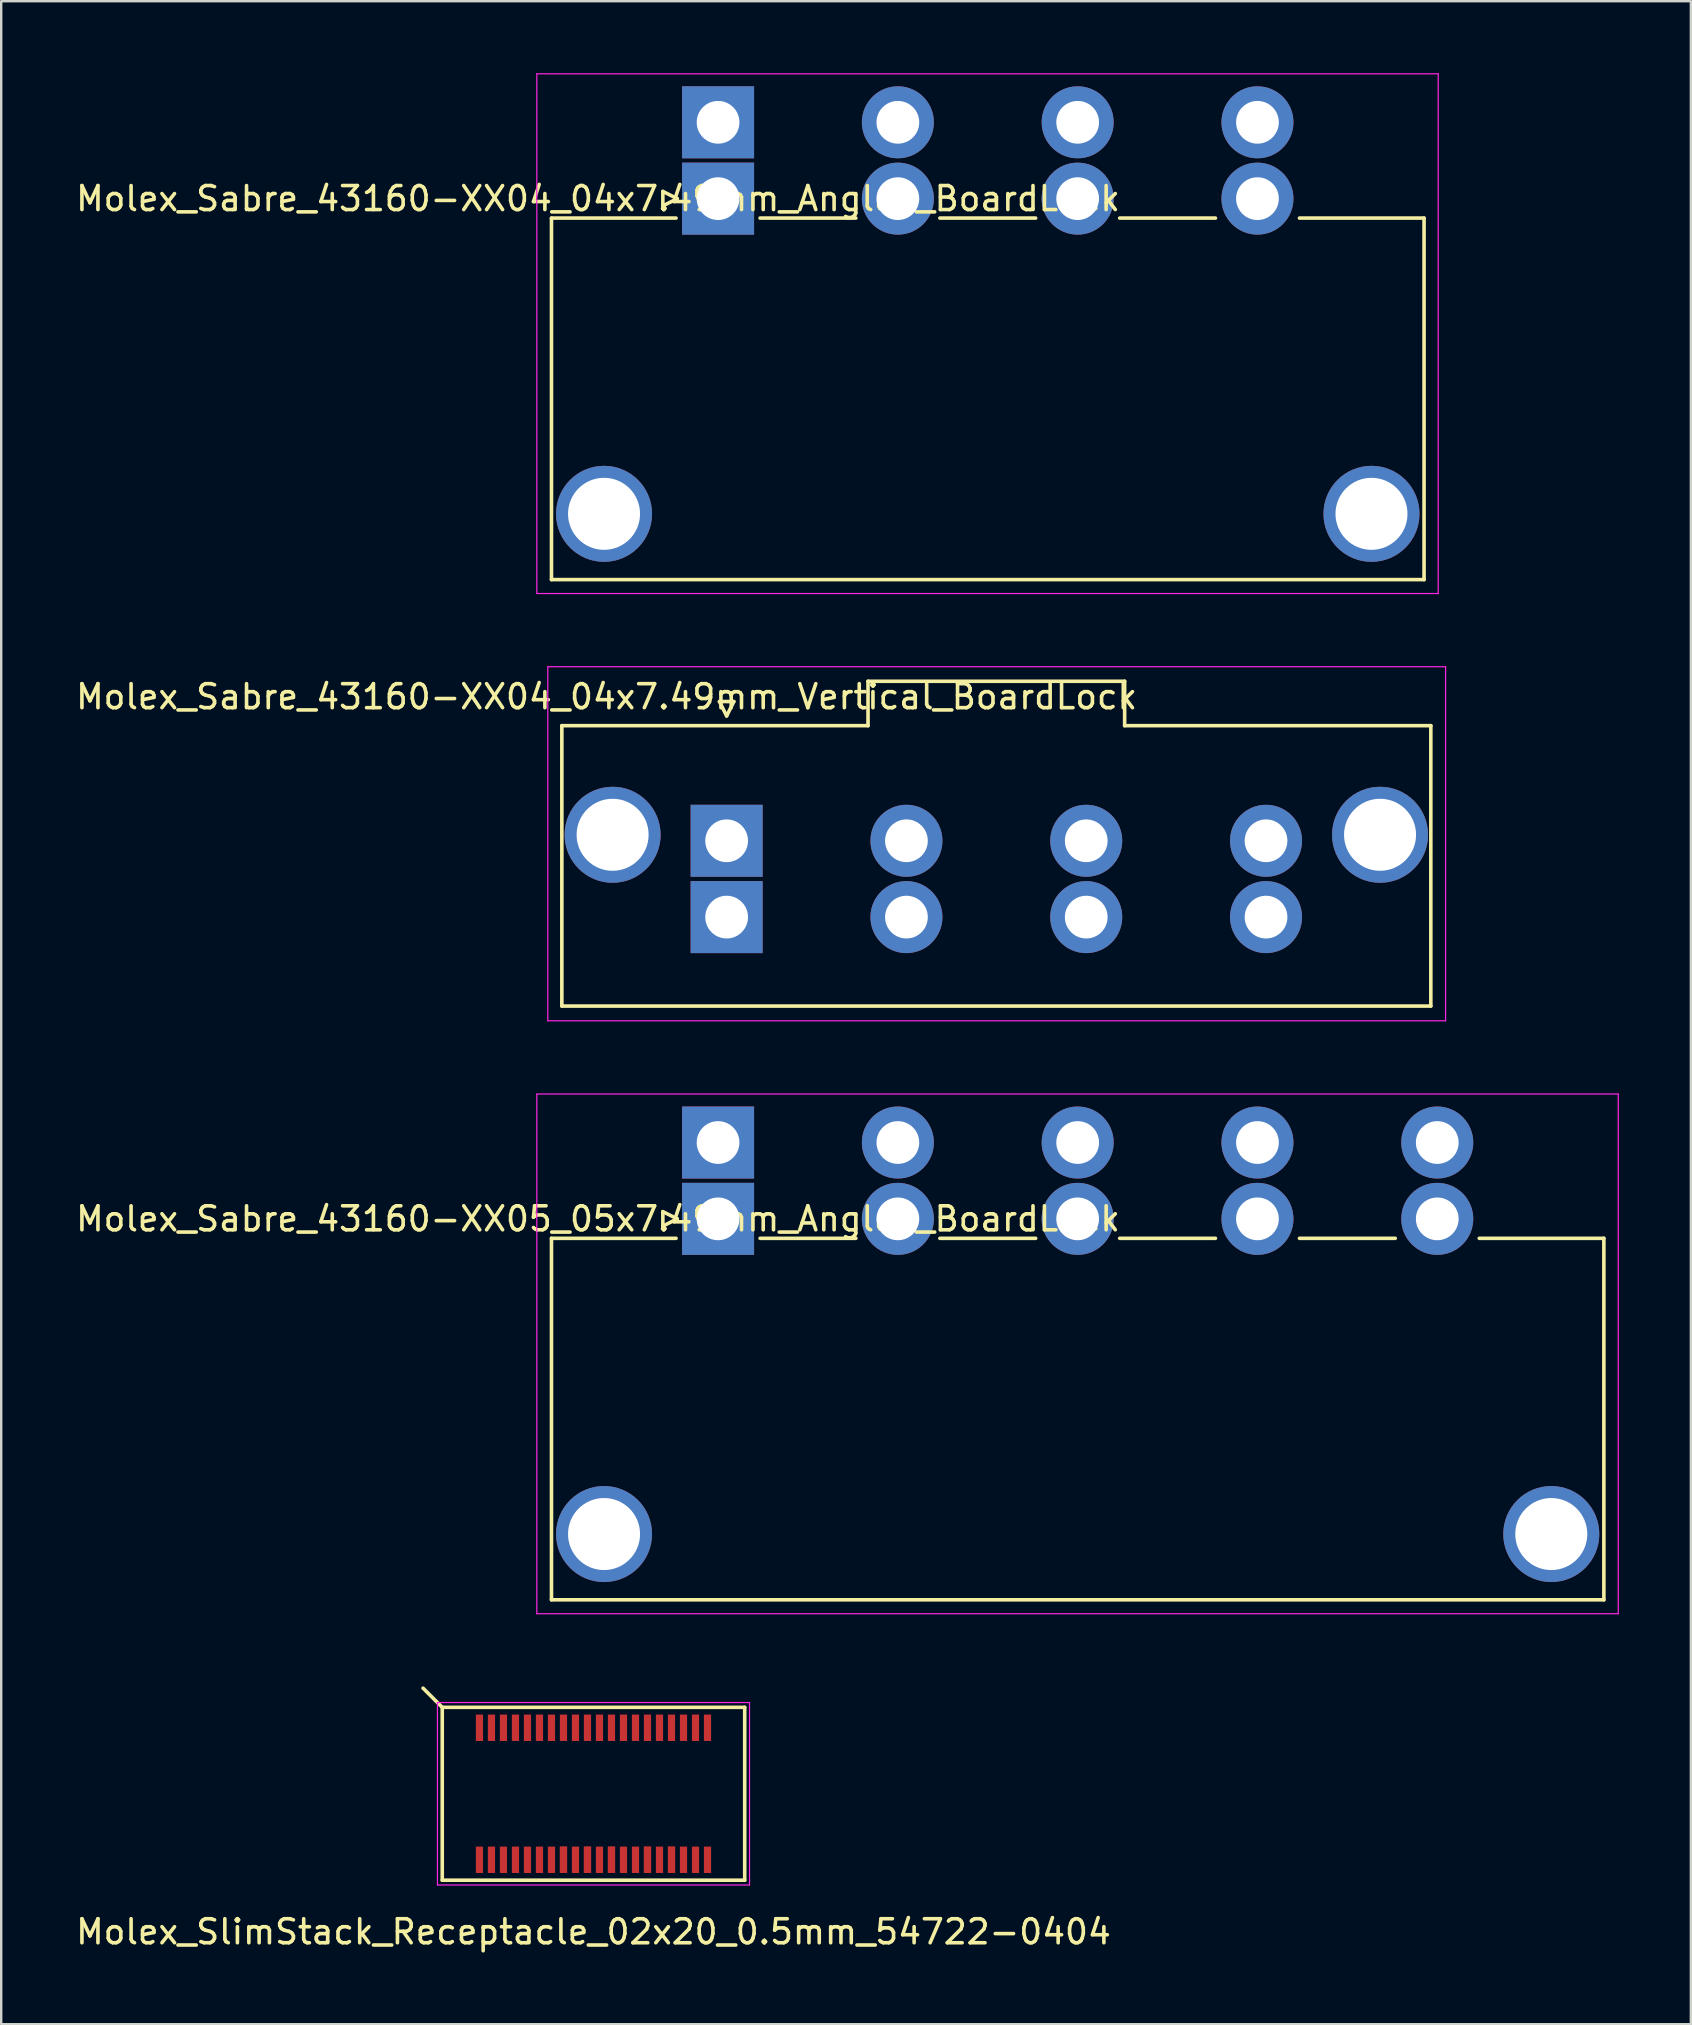
<source format=kicad_pcb>
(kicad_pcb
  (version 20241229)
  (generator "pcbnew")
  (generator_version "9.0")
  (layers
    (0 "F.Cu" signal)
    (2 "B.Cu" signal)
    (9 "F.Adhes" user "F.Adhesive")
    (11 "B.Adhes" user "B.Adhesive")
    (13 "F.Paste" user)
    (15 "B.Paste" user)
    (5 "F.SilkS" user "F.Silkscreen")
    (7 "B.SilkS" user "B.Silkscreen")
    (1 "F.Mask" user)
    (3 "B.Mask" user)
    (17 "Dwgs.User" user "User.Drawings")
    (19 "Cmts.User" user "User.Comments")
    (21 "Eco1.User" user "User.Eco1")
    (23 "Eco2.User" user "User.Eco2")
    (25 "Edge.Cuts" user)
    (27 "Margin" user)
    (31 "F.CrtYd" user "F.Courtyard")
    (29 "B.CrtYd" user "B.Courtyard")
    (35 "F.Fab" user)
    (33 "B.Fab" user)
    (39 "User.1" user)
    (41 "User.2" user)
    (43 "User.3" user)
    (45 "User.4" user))
  (footprint "Molex_SlimStack_Receptacle_02x20_0.5mm_54722-0404"
    (layer "F.Cu")
    (at 21.673 71.675)
    (property "Reference" "Molex_SlimStack_Receptacle_02x20_0.5mm_54722-0404" (at 0 5.75 0) (layer "F.SilkS") (effects (font (size 1 1) (thickness 0.15))))
    (attr smd)
    (fp_line (start -6.35 -3.65) (end -7.1 -4.4) (stroke (width 0.15) (type solid)) (layer "F.SilkS"))
    (fp_line (start -6.3 -3.6) (end -6.3 3.6) (stroke (width 0.15) (type solid)) (layer "F.SilkS"))
    (fp_line (start -6.3 3.6) (end 6.3 3.6) (stroke (width 0.15) (type solid)) (layer "F.SilkS"))
    (fp_line (start 6.3 -3.6) (end -6.3 -3.6) (stroke (width 0.15) (type solid)) (layer "F.SilkS"))
    (fp_line (start 6.3 3.6) (end 6.3 -3.6) (stroke (width 0.15) (type solid)) (layer "F.SilkS"))
    (fp_line (start -6.5 -3.8) (end -6.5 3.8) (stroke (width 0.05) (type solid)) (layer "F.CrtYd"))
    (fp_line (start -6.5 3.8) (end 6.5 3.8) (stroke (width 0.05) (type solid)) (layer "F.CrtYd"))
    (fp_line (start 6.5 -3.8) (end -6.5 -3.8) (stroke (width 0.05) (type solid)) (layer "F.CrtYd"))
    (fp_line (start 6.5 3.8) (end 6.5 -3.8) (stroke (width 0.05) (type solid)) (layer "F.CrtYd"))
    (pad "1" smd rect (at -4.75 -2.75) (size 0.3 1.1) (layers "F.Cu" "F.Mask" "F.Paste"))
    (pad "2" smd rect (at -4.75 2.75) (size 0.3 1.1) (layers "F.Cu" "F.Mask" "F.Paste"))
    (pad "3" smd rect (at -4.25 -2.75) (size 0.3 1.1) (layers "F.Cu" "F.Mask" "F.Paste"))
    (pad "4" smd rect (at -4.25 2.75) (size 0.3 1.1) (layers "F.Cu" "F.Mask" "F.Paste"))
    (pad "5" smd rect (at -3.75 -2.75) (size 0.3 1.1) (layers "F.Cu" "F.Mask" "F.Paste"))
    (pad "6" smd rect (at -3.75 2.75) (size 0.3 1.1) (layers "F.Cu" "F.Mask" "F.Paste"))
    (pad "7" smd rect (at -3.25 -2.75) (size 0.3 1.1) (layers "F.Cu" "F.Mask" "F.Paste"))
    (pad "8" smd rect (at -3.25 2.75) (size 0.3 1.1) (layers "F.Cu" "F.Mask" "F.Paste"))
    (pad "9" smd rect (at -2.75 -2.75) (size 0.3 1.1) (layers "F.Cu" "F.Mask" "F.Paste"))
    (pad "10" smd rect (at -2.75 2.75) (size 0.3 1.1) (layers "F.Cu" "F.Mask" "F.Paste"))
    (pad "11" smd rect (at -2.25 -2.75) (size 0.3 1.1) (layers "F.Cu" "F.Mask" "F.Paste"))
    (pad "12" smd rect (at -2.25 2.75) (size 0.3 1.1) (layers "F.Cu" "F.Mask" "F.Paste"))
    (pad "13" smd rect (at -1.75 -2.75) (size 0.3 1.1) (layers "F.Cu" "F.Mask" "F.Paste"))
    (pad "14" smd rect (at -1.75 2.75) (size 0.3 1.1) (layers "F.Cu" "F.Mask" "F.Paste"))
    (pad "15" smd rect (at -1.25 -2.75) (size 0.3 1.1) (layers "F.Cu" "F.Mask" "F.Paste"))
    (pad "16" smd rect (at -1.25 2.75) (size 0.3 1.1) (layers "F.Cu" "F.Mask" "F.Paste"))
    (pad "16" smd rect (at -1.25 2.75) (size 0.3 1.1) (layers "F.Cu" "F.Mask" "F.Paste"))
    (pad "17" smd rect (at -0.75 -2.75) (size 0.3 1.1) (layers "F.Cu" "F.Mask" "F.Paste"))
    (pad "18" smd rect (at -0.75 2.75) (size 0.3 1.1) (layers "F.Cu" "F.Mask" "F.Paste"))
    (pad "19" smd rect (at -0.25 -2.75) (size 0.3 1.1) (layers "F.Cu" "F.Mask" "F.Paste"))
    (pad "20" smd rect (at -0.25 2.75) (size 0.3 1.1) (layers "F.Cu" "F.Mask" "F.Paste"))
    (pad "20" smd rect (at -0.25 2.75) (size 0.3 1.1) (layers "F.Cu" "F.Mask" "F.Paste"))
    (pad "21" smd rect (at 0.25 -2.75) (size 0.3 1.1) (layers "F.Cu" "F.Mask" "F.Paste"))
    (pad "22" smd rect (at 0.25 2.75) (size 0.3 1.1) (layers "F.Cu" "F.Mask" "F.Paste"))
    (pad "23" smd rect (at 0.75 -2.75) (size 0.3 1.1) (layers "F.Cu" "F.Mask" "F.Paste"))
    (pad "24" smd rect (at 0.75 2.75) (size 0.3 1.1) (layers "F.Cu" "F.Mask" "F.Paste"))
    (pad "24" smd rect (at 0.75 2.75) (size 0.3 1.1) (layers "F.Cu" "F.Mask" "F.Paste"))
    (pad "25" smd rect (at 1.25 -2.75) (size 0.3 1.1) (layers "F.Cu" "F.Mask" "F.Paste"))
    (pad "26" smd rect (at 1.25 2.75) (size 0.3 1.1) (layers "F.Cu" "F.Mask" "F.Paste"))
    (pad "27" smd rect (at 1.75 -2.75) (size 0.3 1.1) (layers "F.Cu" "F.Mask" "F.Paste"))
    (pad "28" smd rect (at 1.75 2.75) (size 0.3 1.1) (layers "F.Cu" "F.Mask" "F.Paste"))
    (pad "29" smd rect (at 2.25 -2.75) (size 0.3 1.1) (layers "F.Cu" "F.Mask" "F.Paste"))
    (pad "30" smd rect (at 2.25 2.75) (size 0.3 1.1) (layers "F.Cu" "F.Mask" "F.Paste"))
    (pad "30" smd rect (at 2.25 2.75) (size 0.3 1.1) (layers "F.Cu" "F.Mask" "F.Paste"))
    (pad "31" smd rect (at 2.75 -2.75) (size 0.3 1.1) (layers "F.Cu" "F.Mask" "F.Paste"))
    (pad "32" smd rect (at 2.75 2.75) (size 0.3 1.1) (layers "F.Cu" "F.Mask" "F.Paste"))
    (pad "33" smd rect (at 3.25 -2.75) (size 0.3 1.1) (layers "F.Cu" "F.Mask" "F.Paste"))
    (pad "34" smd rect (at 3.25 2.75) (size 0.3 1.1) (layers "F.Cu" "F.Mask" "F.Paste"))
    (pad "34" smd rect (at 3.25 2.75) (size 0.3 1.1) (layers "F.Cu" "F.Mask" "F.Paste"))
    (pad "35" smd rect (at 3.75 -2.75) (size 0.3 1.1) (layers "F.Cu" "F.Mask" "F.Paste"))
    (pad "36" smd rect (at 3.75 2.75) (size 0.3 1.1) (layers "F.Cu" "F.Mask" "F.Paste"))
    (pad "37" smd rect (at 4.25 -2.75) (size 0.3 1.1) (layers "F.Cu" "F.Mask" "F.Paste"))
    (pad "38" smd rect (at 4.25 2.75) (size 0.3 1.1) (layers "F.Cu" "F.Mask" "F.Paste"))
    (pad "39" smd rect (at 4.75 -2.75) (size 0.3 1.1) (layers "F.Cu" "F.Mask" "F.Paste"))
    (pad "40" smd rect (at 4.75 2.75) (size 0.3 1.1) (layers "F.Cu" "F.Mask" "F.Paste")))
  (footprint "Molex_Sabre_43160-XX04_04x7.49mm_Vertical_BoardLock"
    (layer "F.Cu")
    (at 27.22 31.975)
    (property "Reference" "Molex_Sabre_43160-XX04_04x7.49mm_Vertical_BoardLock" (at -5 -6 0) (layer "F.SilkS") (effects (font (size 1 1) (thickness 0.15))))
    (attr through_hole)
    (fp_line (start -6.865 -4.795) (end 5.89 -4.795) (stroke (width 0.15) (type solid)) (layer "F.SilkS"))
    (fp_line (start -6.865 6.885) (end -6.865 -4.795) (stroke (width 0.15) (type solid)) (layer "F.SilkS"))
    (fp_line (start -0.3 -5.8) (end 0 -5.2) (stroke (width 0.15) (type solid)) (layer "F.SilkS"))
    (fp_line (start 0 -5.2) (end 0.3 -5.8) (stroke (width 0.15) (type solid)) (layer "F.SilkS"))
    (fp_line (start 0.3 -5.8) (end -0.3 -5.8) (stroke (width 0.15) (type solid)) (layer "F.SilkS"))
    (fp_line (start 5.89 -6.645) (end 16.58 -6.645) (stroke (width 0.15) (type solid)) (layer "F.SilkS"))
    (fp_line (start 5.89 -4.795) (end 5.89 -6.645) (stroke (width 0.15) (type solid)) (layer "F.SilkS"))
    (fp_line (start 16.58 -6.645) (end 16.58 -4.795) (stroke (width 0.15) (type solid)) (layer "F.SilkS"))
    (fp_line (start 16.58 -4.795) (end 29.335 -4.795) (stroke (width 0.15) (type solid)) (layer "F.SilkS"))
    (fp_line (start 29.335 -4.795) (end 29.335 6.885) (stroke (width 0.15) (type solid)) (layer "F.SilkS"))
    (fp_line (start 29.335 6.885) (end -6.865 6.885) (stroke (width 0.15) (type solid)) (layer "F.SilkS"))
    (fp_line (start -7.45 -7.25) (end -7.45 7.5) (stroke (width 0.05) (type solid)) (layer "F.CrtYd"))
    (fp_line (start -7.45 7.5) (end 29.95 7.5) (stroke (width 0.05) (type solid)) (layer "F.CrtYd"))
    (fp_line (start 29.95 -7.25) (end -7.45 -7.25) (stroke (width 0.05) (type solid)) (layer "F.CrtYd"))
    (fp_line (start 29.95 7.5) (end 29.95 -7.25) (stroke (width 0.05) (type solid)) (layer "F.CrtYd"))
    (pad "" thru_hole circle (at -4.75 -0.25) (size 4 4) (drill 3) (layers "*.Cu" "*.Mask"))
    (pad "" thru_hole circle (at 27.22 -0.25) (size 4 4) (drill 3) (layers "*.Cu" "*.Mask"))
    (pad "1" thru_hole rect (at 0 0) (size 3 3) (drill 1.78) (layers "*.Cu" "*.Mask"))
    (pad "1" thru_hole rect (at 0 3.18) (size 3 3) (drill 1.78) (layers "*.Cu" "*.Mask"))
    (pad "2" thru_hole circle (at 7.49 0) (size 3 3) (drill 1.78) (layers "*.Cu" "*.Mask"))
    (pad "2" thru_hole circle (at 7.49 3.18) (size 3 3) (drill 1.78) (layers "*.Cu" "*.Mask"))
    (pad "3" thru_hole circle (at 14.98 0) (size 3 3) (drill 1.78) (layers "*.Cu" "*.Mask"))
    (pad "3" thru_hole circle (at 14.98 3.18) (size 3 3) (drill 1.78) (layers "*.Cu" "*.Mask"))
    (pad "4" thru_hole circle (at 22.47 0) (size 3 3) (drill 1.78) (layers "*.Cu" "*.Mask"))
    (pad "4" thru_hole circle (at 22.47 3.18) (size 3 3) (drill 1.78) (layers "*.Cu" "*.Mask")))
  (footprint "Molex_Sabre_43160-XX05_05x7.49mm_Angled_BoardLock"
    (layer "F.Cu")
    (at 26.863 47.725)
    (property "Reference" "Molex_Sabre_43160-XX05_05x7.49mm_Angled_BoardLock" (at -5 0 0) (layer "F.SilkS") (effects (font (size 1 1) (thickness 0.15))))
    (attr through_hole)
    (fp_line (start -6.94 0.81) (end -6.94 15.87) (stroke (width 0.15) (type solid)) (layer "F.SilkS"))
    (fp_line (start -6.94 0.81) (end -1.75 0.81) (stroke (width 0.15) (type solid)) (layer "F.SilkS"))
    (fp_line (start -6.94 15.87) (end 36.9 15.87) (stroke (width 0.15) (type solid)) (layer "F.SilkS"))
    (fp_line (start -2.3 -0.3) (end -1.7 0) (stroke (width 0.15) (type solid)) (layer "F.SilkS"))
    (fp_line (start -2.3 0.3) (end -2.3 -0.3) (stroke (width 0.15) (type solid)) (layer "F.SilkS"))
    (fp_line (start -1.7 0) (end -2.3 0.3) (stroke (width 0.15) (type solid)) (layer "F.SilkS"))
    (fp_line (start 1.75 0.81) (end 5.74 0.81) (stroke (width 0.15) (type solid)) (layer "F.SilkS"))
    (fp_line (start 9.24 0.81) (end 13.23 0.81) (stroke (width 0.15) (type solid)) (layer "F.SilkS"))
    (fp_line (start 16.73 0.81) (end 20.72 0.81) (stroke (width 0.15) (type solid)) (layer "F.SilkS"))
    (fp_line (start 24.22 0.81) (end 28.21 0.81) (stroke (width 0.15) (type solid)) (layer "F.SilkS"))
    (fp_line (start 31.71 0.81) (end 36.9 0.81) (stroke (width 0.15) (type solid)) (layer "F.SilkS"))
    (fp_line (start 36.9 15.87) (end 36.9 0.81) (stroke (width 0.15) (type solid)) (layer "F.SilkS"))
    (fp_line (start -7.55 -5.2) (end -7.55 16.45) (stroke (width 0.05) (type solid)) (layer "F.CrtYd"))
    (fp_line (start -7.55 16.45) (end 37.5 16.45) (stroke (width 0.05) (type solid)) (layer "F.CrtYd"))
    (fp_line (start 37.5 -5.2) (end -7.55 -5.2) (stroke (width 0.05) (type solid)) (layer "F.CrtYd"))
    (fp_line (start 37.5 16.45) (end 37.5 -5.2) (stroke (width 0.05) (type solid)) (layer "F.CrtYd"))
    (pad "" thru_hole circle (at -4.75 13.13) (size 4 4) (drill 3) (layers "*.Cu" "*.Mask"))
    (pad "" thru_hole circle (at 34.71 13.13) (size 4 4) (drill 3) (layers "*.Cu" "*.Mask"))
    (pad "1" thru_hole rect (at 0 -3.18) (size 3 3) (drill 1.78) (layers "*.Cu" "*.Mask"))
    (pad "1" thru_hole rect (at 0 0) (size 3 3) (drill 1.78) (layers "*.Cu" "*.Mask"))
    (pad "2" thru_hole circle (at 7.49 -3.18) (size 3 3) (drill 1.78) (layers "*.Cu" "*.Mask"))
    (pad "2" thru_hole circle (at 7.49 0) (size 3 3) (drill 1.78) (layers "*.Cu" "*.Mask"))
    (pad "3" thru_hole circle (at 14.98 -3.18) (size 3 3) (drill 1.78) (layers "*.Cu" "*.Mask"))
    (pad "3" thru_hole circle (at 14.98 0) (size 3 3) (drill 1.78) (layers "*.Cu" "*.Mask"))
    (pad "4" thru_hole circle (at 22.47 -3.18) (size 3 3) (drill 1.78) (layers "*.Cu" "*.Mask"))
    (pad "4" thru_hole circle (at 22.47 0) (size 3 3) (drill 1.78) (layers "*.Cu" "*.Mask"))
    (pad "5" thru_hole circle (at 29.96 -3.18) (size 3 3) (drill 1.78) (layers "*.Cu" "*.Mask"))
    (pad "5" thru_hole circle (at 29.96 0) (size 3 3) (drill 1.78) (layers "*.Cu" "*.Mask")))
  (footprint "Molex_Sabre_43160-XX04_04x7.49mm_Angled_BoardLock"
    (layer "F.Cu")
    (at 26.863 5.225)
    (property "Reference" "Molex_Sabre_43160-XX04_04x7.49mm_Angled_BoardLock" (at -5 0 0) (layer "F.SilkS") (effects (font (size 1 1) (thickness 0.15))))
    (attr through_hole)
    (fp_line (start -6.94 0.81) (end -6.94 15.87) (stroke (width 0.15) (type solid)) (layer "F.SilkS"))
    (fp_line (start -6.94 0.81) (end -1.75 0.81) (stroke (width 0.15) (type solid)) (layer "F.SilkS"))
    (fp_line (start -6.94 15.87) (end 29.41 15.87) (stroke (width 0.15) (type solid)) (layer "F.SilkS"))
    (fp_line (start -2.3 -0.3) (end -1.7 0) (stroke (width 0.15) (type solid)) (layer "F.SilkS"))
    (fp_line (start -2.3 0.3) (end -2.3 -0.3) (stroke (width 0.15) (type solid)) (layer "F.SilkS"))
    (fp_line (start -1.7 0) (end -2.3 0.3) (stroke (width 0.15) (type solid)) (layer "F.SilkS"))
    (fp_line (start 1.75 0.81) (end 5.74 0.81) (stroke (width 0.15) (type solid)) (layer "F.SilkS"))
    (fp_line (start 9.24 0.81) (end 13.23 0.81) (stroke (width 0.15) (type solid)) (layer "F.SilkS"))
    (fp_line (start 16.73 0.81) (end 20.72 0.81) (stroke (width 0.15) (type solid)) (layer "F.SilkS"))
    (fp_line (start 24.22 0.81) (end 29.41 0.81) (stroke (width 0.15) (type solid)) (layer "F.SilkS"))
    (fp_line (start 29.41 15.87) (end 29.41 0.81) (stroke (width 0.15) (type solid)) (layer "F.SilkS"))
    (fp_line (start -7.55 -5.2) (end -7.55 16.45) (stroke (width 0.05) (type solid)) (layer "F.CrtYd"))
    (fp_line (start -7.55 16.45) (end 30 16.45) (stroke (width 0.05) (type solid)) (layer "F.CrtYd"))
    (fp_line (start 30 -5.2) (end -7.55 -5.2) (stroke (width 0.05) (type solid)) (layer "F.CrtYd"))
    (fp_line (start 30 16.45) (end 30 -5.2) (stroke (width 0.05) (type solid)) (layer "F.CrtYd"))
    (pad "" thru_hole circle (at -4.75 13.13) (size 4 4) (drill 3) (layers "*.Cu" "*.Mask"))
    (pad "" thru_hole circle (at 27.22 13.13) (size 4 4) (drill 3) (layers "*.Cu" "*.Mask"))
    (pad "1" thru_hole rect (at 0 -3.18) (size 3 3) (drill 1.78) (layers "*.Cu" "*.Mask"))
    (pad "1" thru_hole rect (at 0 0) (size 3 3) (drill 1.78) (layers "*.Cu" "*.Mask"))
    (pad "2" thru_hole circle (at 7.49 -3.18) (size 3 3) (drill 1.78) (layers "*.Cu" "*.Mask"))
    (pad "2" thru_hole circle (at 7.49 0) (size 3 3) (drill 1.78) (layers "*.Cu" "*.Mask"))
    (pad "3" thru_hole circle (at 14.98 -3.18) (size 3 3) (drill 1.78) (layers "*.Cu" "*.Mask"))
    (pad "3" thru_hole circle (at 14.98 0) (size 3 3) (drill 1.78) (layers "*.Cu" "*.Mask"))
    (pad "4" thru_hole circle (at 22.47 -3.18) (size 3 3) (drill 1.78) (layers "*.Cu" "*.Mask"))
    (pad "4" thru_hole circle (at 22.47 0) (size 3 3) (drill 1.78) (layers "*.Cu" "*.Mask")))
  (gr_rect
    (start -3 -3)
    (end 67.388 81.273)
    (stroke (width 0.1) (type default))
    (fill no)
    (layer "Edge.Cuts")))
</source>
